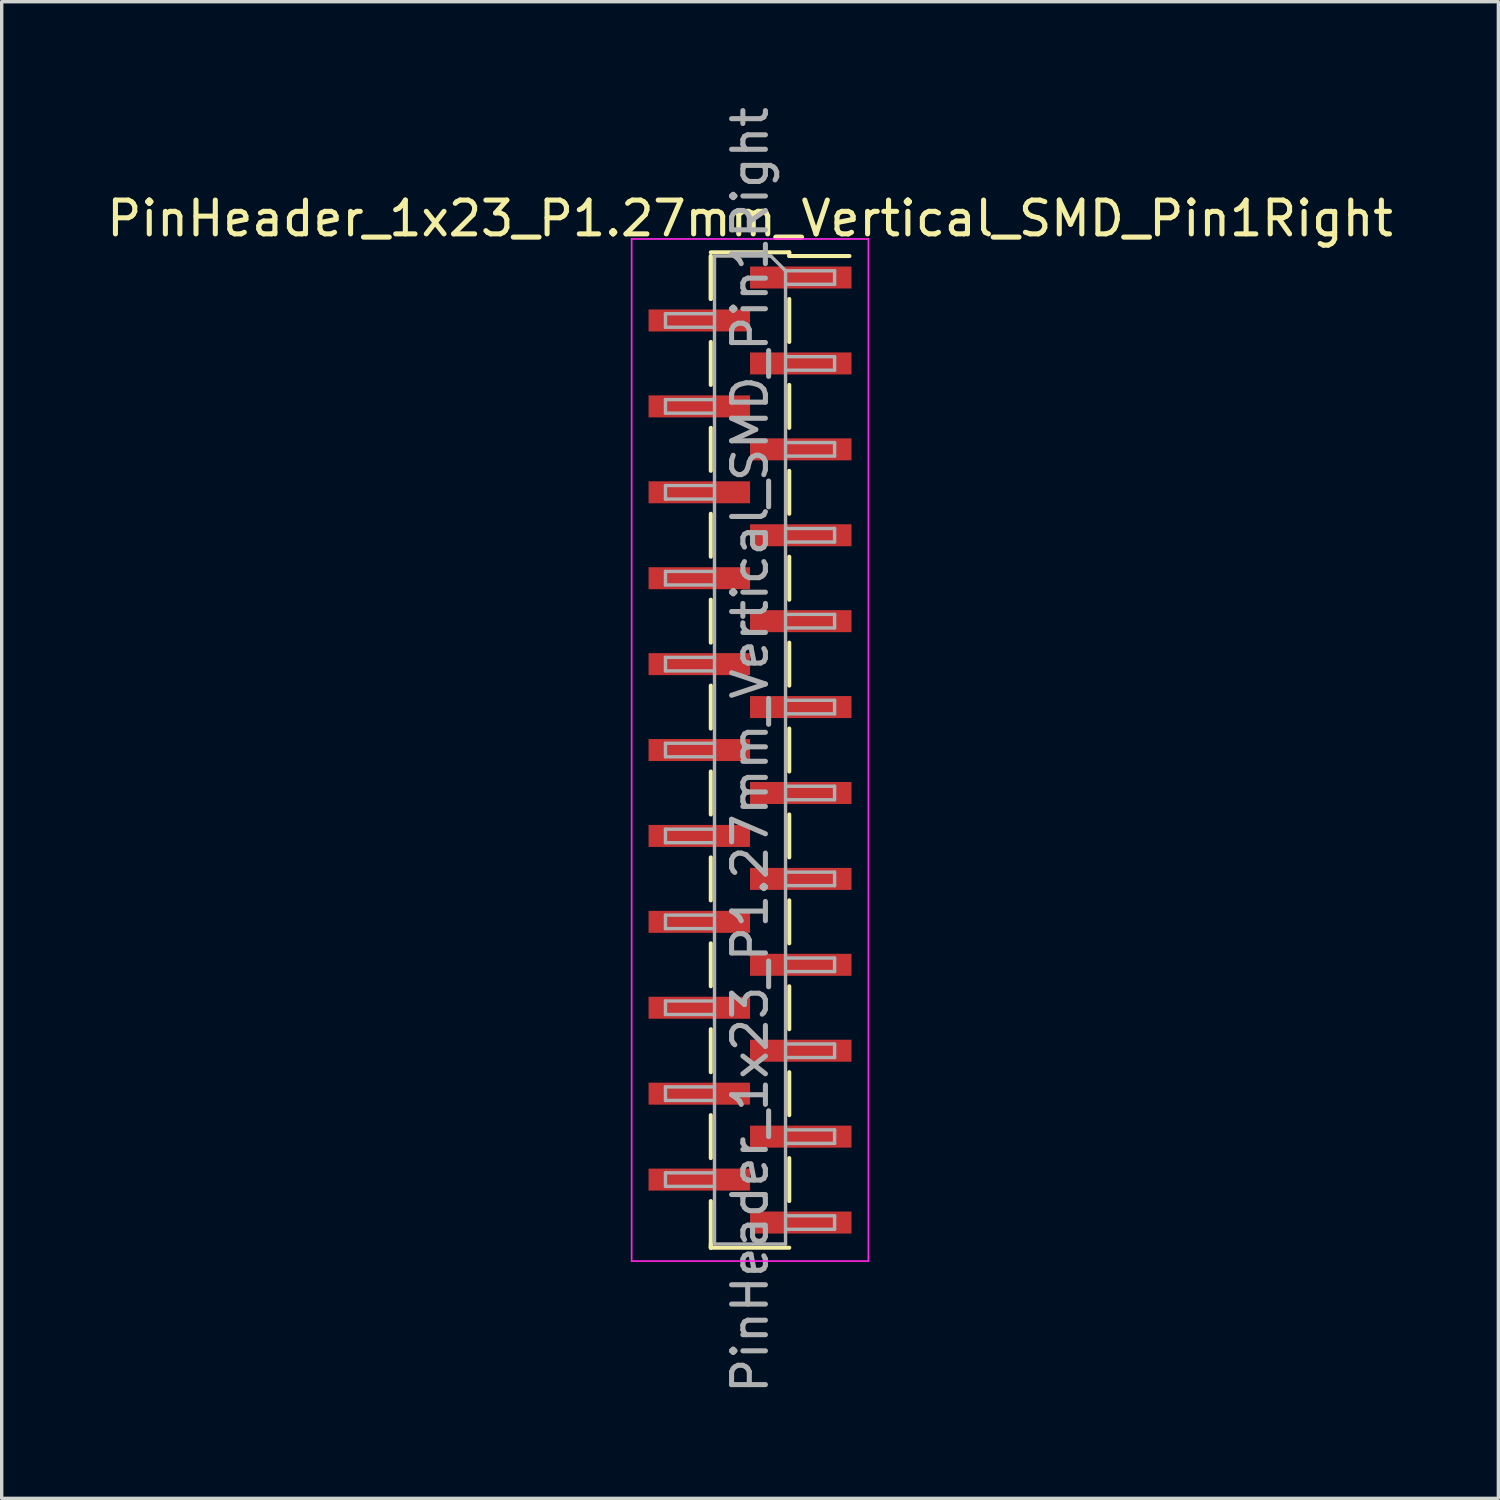
<source format=kicad_pcb>
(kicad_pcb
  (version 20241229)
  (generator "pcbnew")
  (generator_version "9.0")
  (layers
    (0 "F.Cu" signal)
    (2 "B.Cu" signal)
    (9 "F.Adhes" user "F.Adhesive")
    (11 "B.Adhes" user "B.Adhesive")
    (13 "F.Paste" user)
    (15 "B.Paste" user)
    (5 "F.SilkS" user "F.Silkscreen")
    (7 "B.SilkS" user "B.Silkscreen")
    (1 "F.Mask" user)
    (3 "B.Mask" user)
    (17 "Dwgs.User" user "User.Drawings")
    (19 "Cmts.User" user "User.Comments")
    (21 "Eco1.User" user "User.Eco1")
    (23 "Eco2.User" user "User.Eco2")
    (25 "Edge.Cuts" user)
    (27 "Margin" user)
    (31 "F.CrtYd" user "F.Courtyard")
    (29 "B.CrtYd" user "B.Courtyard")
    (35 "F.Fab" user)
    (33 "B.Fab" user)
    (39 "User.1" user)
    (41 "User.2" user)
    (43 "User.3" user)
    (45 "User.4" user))
  (footprint "PinHeader_1x23_P1.27mm_Vertical_SMD_Pin1Right"
    (layer "F.Cu")
    (at 19.125 19.125)
    (property "Reference" "PinHeader_1x23_P1.27mm_Vertical_SMD_Pin1Right" (at 0 -15.715 0) (layer "F.SilkS") (effects (font (size 1 1) (thickness 0.15))))
    (attr smd)
    (fp_line (start -1.16 -14.715) (end 1.16 -14.715) (stroke (width 0.12) (type solid)) (layer "F.SilkS"))
    (fp_line (start -1.16 -14.605) (end -1.16 -13.335) (stroke (width 0.12) (type solid)) (layer "F.SilkS"))
    (fp_line (start -1.16 -14.605) (end -1.16 -13.335) (stroke (width 0.12) (type solid)) (layer "F.SilkS"))
    (fp_line (start -1.16 -12.065) (end -1.16 -10.795) (stroke (width 0.12) (type solid)) (layer "F.SilkS"))
    (fp_line (start -1.16 -9.525) (end -1.16 -8.255) (stroke (width 0.12) (type solid)) (layer "F.SilkS"))
    (fp_line (start -1.16 -6.985) (end -1.16 -5.715) (stroke (width 0.12) (type solid)) (layer "F.SilkS"))
    (fp_line (start -1.16 -4.445) (end -1.16 -3.175) (stroke (width 0.12) (type solid)) (layer "F.SilkS"))
    (fp_line (start -1.16 -1.905) (end -1.16 -0.635) (stroke (width 0.12) (type solid)) (layer "F.SilkS"))
    (fp_line (start -1.16 0.635) (end -1.16 1.905) (stroke (width 0.12) (type solid)) (layer "F.SilkS"))
    (fp_line (start -1.16 3.175) (end -1.16 4.445) (stroke (width 0.12) (type solid)) (layer "F.SilkS"))
    (fp_line (start -1.16 5.715) (end -1.16 6.985) (stroke (width 0.12) (type solid)) (layer "F.SilkS"))
    (fp_line (start -1.16 8.255) (end -1.16 9.525) (stroke (width 0.12) (type solid)) (layer "F.SilkS"))
    (fp_line (start -1.16 10.795) (end -1.16 12.065) (stroke (width 0.12) (type solid)) (layer "F.SilkS"))
    (fp_line (start -1.16 13.335) (end -1.16 14.715) (stroke (width 0.12) (type solid)) (layer "F.SilkS"))
    (fp_line (start -1.16 14.605) (end -1.16 14.715) (stroke (width 0.12) (type solid)) (layer "F.SilkS"))
    (fp_line (start -1.16 14.715) (end 1.16 14.715) (stroke (width 0.12) (type solid)) (layer "F.SilkS"))
    (fp_line (start 1.16 -14.715) (end 1.16 -14.605) (stroke (width 0.12) (type solid)) (layer "F.SilkS"))
    (fp_line (start 1.16 -14.605) (end 2.94 -14.605) (stroke (width 0.12) (type solid)) (layer "F.SilkS"))
    (fp_line (start 1.16 -13.335) (end 1.16 -12.065) (stroke (width 0.12) (type solid)) (layer "F.SilkS"))
    (fp_line (start 1.16 -10.795) (end 1.16 -9.525) (stroke (width 0.12) (type solid)) (layer "F.SilkS"))
    (fp_line (start 1.16 -8.255) (end 1.16 -6.985) (stroke (width 0.12) (type solid)) (layer "F.SilkS"))
    (fp_line (start 1.16 -5.715) (end 1.16 -4.445) (stroke (width 0.12) (type solid)) (layer "F.SilkS"))
    (fp_line (start 1.16 -3.175) (end 1.16 -1.905) (stroke (width 0.12) (type solid)) (layer "F.SilkS"))
    (fp_line (start 1.16 -0.635) (end 1.16 0.635) (stroke (width 0.12) (type solid)) (layer "F.SilkS"))
    (fp_line (start 1.16 1.905) (end 1.16 3.175) (stroke (width 0.12) (type solid)) (layer "F.SilkS"))
    (fp_line (start 1.16 4.445) (end 1.16 5.715) (stroke (width 0.12) (type solid)) (layer "F.SilkS"))
    (fp_line (start 1.16 6.985) (end 1.16 8.255) (stroke (width 0.12) (type solid)) (layer "F.SilkS"))
    (fp_line (start 1.16 9.525) (end 1.16 10.795) (stroke (width 0.12) (type solid)) (layer "F.SilkS"))
    (fp_line (start 1.16 12.065) (end 1.16 13.335) (stroke (width 0.12) (type solid)) (layer "F.SilkS"))
    (fp_line (start -3.5 -15.11) (end -3.5 15.11) (stroke (width 0.05) (type solid)) (layer "F.CrtYd"))
    (fp_line (start -3.5 15.11) (end 3.5 15.11) (stroke (width 0.05) (type solid)) (layer "F.CrtYd"))
    (fp_line (start 3.5 -15.11) (end -3.5 -15.11) (stroke (width 0.05) (type solid)) (layer "F.CrtYd"))
    (fp_line (start 3.5 15.11) (end 3.5 -15.11) (stroke (width 0.05) (type solid)) (layer "F.CrtYd"))
    (fp_line (start -2.5 -12.9) (end -2.5 -12.5) (stroke (width 0.1) (type solid)) (layer "F.Fab"))
    (fp_line (start -2.5 -12.5) (end -1.05 -12.5) (stroke (width 0.1) (type solid)) (layer "F.Fab"))
    (fp_line (start -2.5 -10.36) (end -2.5 -9.96) (stroke (width 0.1) (type solid)) (layer "F.Fab"))
    (fp_line (start -2.5 -9.96) (end -1.05 -9.96) (stroke (width 0.1) (type solid)) (layer "F.Fab"))
    (fp_line (start -2.5 -7.82) (end -2.5 -7.42) (stroke (width 0.1) (type solid)) (layer "F.Fab"))
    (fp_line (start -2.5 -7.42) (end -1.05 -7.42) (stroke (width 0.1) (type solid)) (layer "F.Fab"))
    (fp_line (start -2.5 -5.28) (end -2.5 -4.88) (stroke (width 0.1) (type solid)) (layer "F.Fab"))
    (fp_line (start -2.5 -4.88) (end -1.05 -4.88) (stroke (width 0.1) (type solid)) (layer "F.Fab"))
    (fp_line (start -2.5 -2.74) (end -2.5 -2.34) (stroke (width 0.1) (type solid)) (layer "F.Fab"))
    (fp_line (start -2.5 -2.34) (end -1.05 -2.34) (stroke (width 0.1) (type solid)) (layer "F.Fab"))
    (fp_line (start -2.5 -0.2) (end -2.5 0.2) (stroke (width 0.1) (type solid)) (layer "F.Fab"))
    (fp_line (start -2.5 0.2) (end -1.05 0.2) (stroke (width 0.1) (type solid)) (layer "F.Fab"))
    (fp_line (start -2.5 2.34) (end -2.5 2.74) (stroke (width 0.1) (type solid)) (layer "F.Fab"))
    (fp_line (start -2.5 2.74) (end -1.05 2.74) (stroke (width 0.1) (type solid)) (layer "F.Fab"))
    (fp_line (start -2.5 4.88) (end -2.5 5.28) (stroke (width 0.1) (type solid)) (layer "F.Fab"))
    (fp_line (start -2.5 5.28) (end -1.05 5.28) (stroke (width 0.1) (type solid)) (layer "F.Fab"))
    (fp_line (start -2.5 7.42) (end -2.5 7.82) (stroke (width 0.1) (type solid)) (layer "F.Fab"))
    (fp_line (start -2.5 7.82) (end -1.05 7.82) (stroke (width 0.1) (type solid)) (layer "F.Fab"))
    (fp_line (start -2.5 9.96) (end -2.5 10.36) (stroke (width 0.1) (type solid)) (layer "F.Fab"))
    (fp_line (start -2.5 10.36) (end -1.05 10.36) (stroke (width 0.1) (type solid)) (layer "F.Fab"))
    (fp_line (start -2.5 12.5) (end -2.5 12.9) (stroke (width 0.1) (type solid)) (layer "F.Fab"))
    (fp_line (start -2.5 12.9) (end -1.05 12.9) (stroke (width 0.1) (type solid)) (layer "F.Fab"))
    (fp_line (start -1.05 -14.605) (end -1.05 14.605) (stroke (width 0.1) (type solid)) (layer "F.Fab"))
    (fp_line (start -1.05 -14.605) (end 0.615 -14.605) (stroke (width 0.1) (type solid)) (layer "F.Fab"))
    (fp_line (start -1.05 -12.9) (end -2.5 -12.9) (stroke (width 0.1) (type solid)) (layer "F.Fab"))
    (fp_line (start -1.05 -10.36) (end -2.5 -10.36) (stroke (width 0.1) (type solid)) (layer "F.Fab"))
    (fp_line (start -1.05 -7.82) (end -2.5 -7.82) (stroke (width 0.1) (type solid)) (layer "F.Fab"))
    (fp_line (start -1.05 -5.28) (end -2.5 -5.28) (stroke (width 0.1) (type solid)) (layer "F.Fab"))
    (fp_line (start -1.05 -2.74) (end -2.5 -2.74) (stroke (width 0.1) (type solid)) (layer "F.Fab"))
    (fp_line (start -1.05 -0.2) (end -2.5 -0.2) (stroke (width 0.1) (type solid)) (layer "F.Fab"))
    (fp_line (start -1.05 2.34) (end -2.5 2.34) (stroke (width 0.1) (type solid)) (layer "F.Fab"))
    (fp_line (start -1.05 4.88) (end -2.5 4.88) (stroke (width 0.1) (type solid)) (layer "F.Fab"))
    (fp_line (start -1.05 7.42) (end -2.5 7.42) (stroke (width 0.1) (type solid)) (layer "F.Fab"))
    (fp_line (start -1.05 9.96) (end -2.5 9.96) (stroke (width 0.1) (type solid)) (layer "F.Fab"))
    (fp_line (start -1.05 12.5) (end -2.5 12.5) (stroke (width 0.1) (type solid)) (layer "F.Fab"))
    (fp_line (start 1.05 -14.17) (end 0.615 -14.605) (stroke (width 0.1) (type solid)) (layer "F.Fab"))
    (fp_line (start 1.05 -14.17) (end 2.5 -14.17) (stroke (width 0.1) (type solid)) (layer "F.Fab"))
    (fp_line (start 1.05 -11.63) (end 2.5 -11.63) (stroke (width 0.1) (type solid)) (layer "F.Fab"))
    (fp_line (start 1.05 -9.09) (end 2.5 -9.09) (stroke (width 0.1) (type solid)) (layer "F.Fab"))
    (fp_line (start 1.05 -6.55) (end 2.5 -6.55) (stroke (width 0.1) (type solid)) (layer "F.Fab"))
    (fp_line (start 1.05 -4.01) (end 2.5 -4.01) (stroke (width 0.1) (type solid)) (layer "F.Fab"))
    (fp_line (start 1.05 -1.47) (end 2.5 -1.47) (stroke (width 0.1) (type solid)) (layer "F.Fab"))
    (fp_line (start 1.05 1.07) (end 2.5 1.07) (stroke (width 0.1) (type solid)) (layer "F.Fab"))
    (fp_line (start 1.05 3.61) (end 2.5 3.61) (stroke (width 0.1) (type solid)) (layer "F.Fab"))
    (fp_line (start 1.05 6.15) (end 2.5 6.15) (stroke (width 0.1) (type solid)) (layer "F.Fab"))
    (fp_line (start 1.05 8.69) (end 2.5 8.69) (stroke (width 0.1) (type solid)) (layer "F.Fab"))
    (fp_line (start 1.05 11.23) (end 2.5 11.23) (stroke (width 0.1) (type solid)) (layer "F.Fab"))
    (fp_line (start 1.05 13.77) (end 2.5 13.77) (stroke (width 0.1) (type solid)) (layer "F.Fab"))
    (fp_line (start 1.05 14.605) (end -1.05 14.605) (stroke (width 0.1) (type solid)) (layer "F.Fab"))
    (fp_line (start 1.05 14.605) (end 1.05 -14.17) (stroke (width 0.1) (type solid)) (layer "F.Fab"))
    (fp_line (start 2.5 -14.17) (end 2.5 -13.77) (stroke (width 0.1) (type solid)) (layer "F.Fab"))
    (fp_line (start 2.5 -13.77) (end 1.05 -13.77) (stroke (width 0.1) (type solid)) (layer "F.Fab"))
    (fp_line (start 2.5 -11.63) (end 2.5 -11.23) (stroke (width 0.1) (type solid)) (layer "F.Fab"))
    (fp_line (start 2.5 -11.23) (end 1.05 -11.23) (stroke (width 0.1) (type solid)) (layer "F.Fab"))
    (fp_line (start 2.5 -9.09) (end 2.5 -8.69) (stroke (width 0.1) (type solid)) (layer "F.Fab"))
    (fp_line (start 2.5 -8.69) (end 1.05 -8.69) (stroke (width 0.1) (type solid)) (layer "F.Fab"))
    (fp_line (start 2.5 -6.55) (end 2.5 -6.15) (stroke (width 0.1) (type solid)) (layer "F.Fab"))
    (fp_line (start 2.5 -6.15) (end 1.05 -6.15) (stroke (width 0.1) (type solid)) (layer "F.Fab"))
    (fp_line (start 2.5 -4.01) (end 2.5 -3.61) (stroke (width 0.1) (type solid)) (layer "F.Fab"))
    (fp_line (start 2.5 -3.61) (end 1.05 -3.61) (stroke (width 0.1) (type solid)) (layer "F.Fab"))
    (fp_line (start 2.5 -1.47) (end 2.5 -1.07) (stroke (width 0.1) (type solid)) (layer "F.Fab"))
    (fp_line (start 2.5 -1.07) (end 1.05 -1.07) (stroke (width 0.1) (type solid)) (layer "F.Fab"))
    (fp_line (start 2.5 1.07) (end 2.5 1.47) (stroke (width 0.1) (type solid)) (layer "F.Fab"))
    (fp_line (start 2.5 1.47) (end 1.05 1.47) (stroke (width 0.1) (type solid)) (layer "F.Fab"))
    (fp_line (start 2.5 3.61) (end 2.5 4.01) (stroke (width 0.1) (type solid)) (layer "F.Fab"))
    (fp_line (start 2.5 4.01) (end 1.05 4.01) (stroke (width 0.1) (type solid)) (layer "F.Fab"))
    (fp_line (start 2.5 6.15) (end 2.5 6.55) (stroke (width 0.1) (type solid)) (layer "F.Fab"))
    (fp_line (start 2.5 6.55) (end 1.05 6.55) (stroke (width 0.1) (type solid)) (layer "F.Fab"))
    (fp_line (start 2.5 8.69) (end 2.5 9.09) (stroke (width 0.1) (type solid)) (layer "F.Fab"))
    (fp_line (start 2.5 9.09) (end 1.05 9.09) (stroke (width 0.1) (type solid)) (layer "F.Fab"))
    (fp_line (start 2.5 11.23) (end 2.5 11.63) (stroke (width 0.1) (type solid)) (layer "F.Fab"))
    (fp_line (start 2.5 11.63) (end 1.05 11.63) (stroke (width 0.1) (type solid)) (layer "F.Fab"))
    (fp_line (start 2.5 13.77) (end 2.5 14.17) (stroke (width 0.1) (type solid)) (layer "F.Fab"))
    (fp_line (start 2.5 14.17) (end 1.05 14.17) (stroke (width 0.1) (type solid)) (layer "F.Fab"))
    (fp_text user "${REFERENCE}" (at 0 0 90) (layer "F.Fab") (effects (font (size 1 1) (thickness 0.15))))
    (pad "1" smd rect (at 1.5 -13.97) (size 3 0.65) (layers "F.Cu" "F.Mask" "F.Paste"))
    (pad "2" smd rect (at -1.5 -12.7) (size 3 0.65) (layers "F.Cu" "F.Mask" "F.Paste"))
    (pad "3" smd rect (at 1.5 -11.43) (size 3 0.65) (layers "F.Cu" "F.Mask" "F.Paste"))
    (pad "4" smd rect (at -1.5 -10.16) (size 3 0.65) (layers "F.Cu" "F.Mask" "F.Paste"))
    (pad "5" smd rect (at 1.5 -8.89) (size 3 0.65) (layers "F.Cu" "F.Mask" "F.Paste"))
    (pad "6" smd rect (at -1.5 -7.62) (size 3 0.65) (layers "F.Cu" "F.Mask" "F.Paste"))
    (pad "7" smd rect (at 1.5 -6.35) (size 3 0.65) (layers "F.Cu" "F.Mask" "F.Paste"))
    (pad "8" smd rect (at -1.5 -5.08) (size 3 0.65) (layers "F.Cu" "F.Mask" "F.Paste"))
    (pad "9" smd rect (at 1.5 -3.81) (size 3 0.65) (layers "F.Cu" "F.Mask" "F.Paste"))
    (pad "10" smd rect (at -1.5 -2.54) (size 3 0.65) (layers "F.Cu" "F.Mask" "F.Paste"))
    (pad "11" smd rect (at 1.5 -1.27) (size 3 0.65) (layers "F.Cu" "F.Mask" "F.Paste"))
    (pad "12" smd rect (at -1.5 0) (size 3 0.65) (layers "F.Cu" "F.Mask" "F.Paste"))
    (pad "13" smd rect (at 1.5 1.27) (size 3 0.65) (layers "F.Cu" "F.Mask" "F.Paste"))
    (pad "14" smd rect (at -1.5 2.54) (size 3 0.65) (layers "F.Cu" "F.Mask" "F.Paste"))
    (pad "15" smd rect (at 1.5 3.81) (size 3 0.65) (layers "F.Cu" "F.Mask" "F.Paste"))
    (pad "16" smd rect (at -1.5 5.08) (size 3 0.65) (layers "F.Cu" "F.Mask" "F.Paste"))
    (pad "17" smd rect (at 1.5 6.35) (size 3 0.65) (layers "F.Cu" "F.Mask" "F.Paste"))
    (pad "18" smd rect (at -1.5 7.62) (size 3 0.65) (layers "F.Cu" "F.Mask" "F.Paste"))
    (pad "19" smd rect (at 1.5 8.89) (size 3 0.65) (layers "F.Cu" "F.Mask" "F.Paste"))
    (pad "20" smd rect (at -1.5 10.16) (size 3 0.65) (layers "F.Cu" "F.Mask" "F.Paste"))
    (pad "21" smd rect (at 1.5 11.43) (size 3 0.65) (layers "F.Cu" "F.Mask" "F.Paste"))
    (pad "22" smd rect (at -1.5 12.7) (size 3 0.65) (layers "F.Cu" "F.Mask" "F.Paste"))
    (pad "23" smd rect (at 1.5 13.97) (size 3 0.65) (layers "F.Cu" "F.Mask" "F.Paste")))
  (gr_rect
    (start -3 -3)
    (end 41.25 41.25)
    (stroke (width 0.1) (type default))
    (fill no)
    (layer "Edge.Cuts")))
</source>
